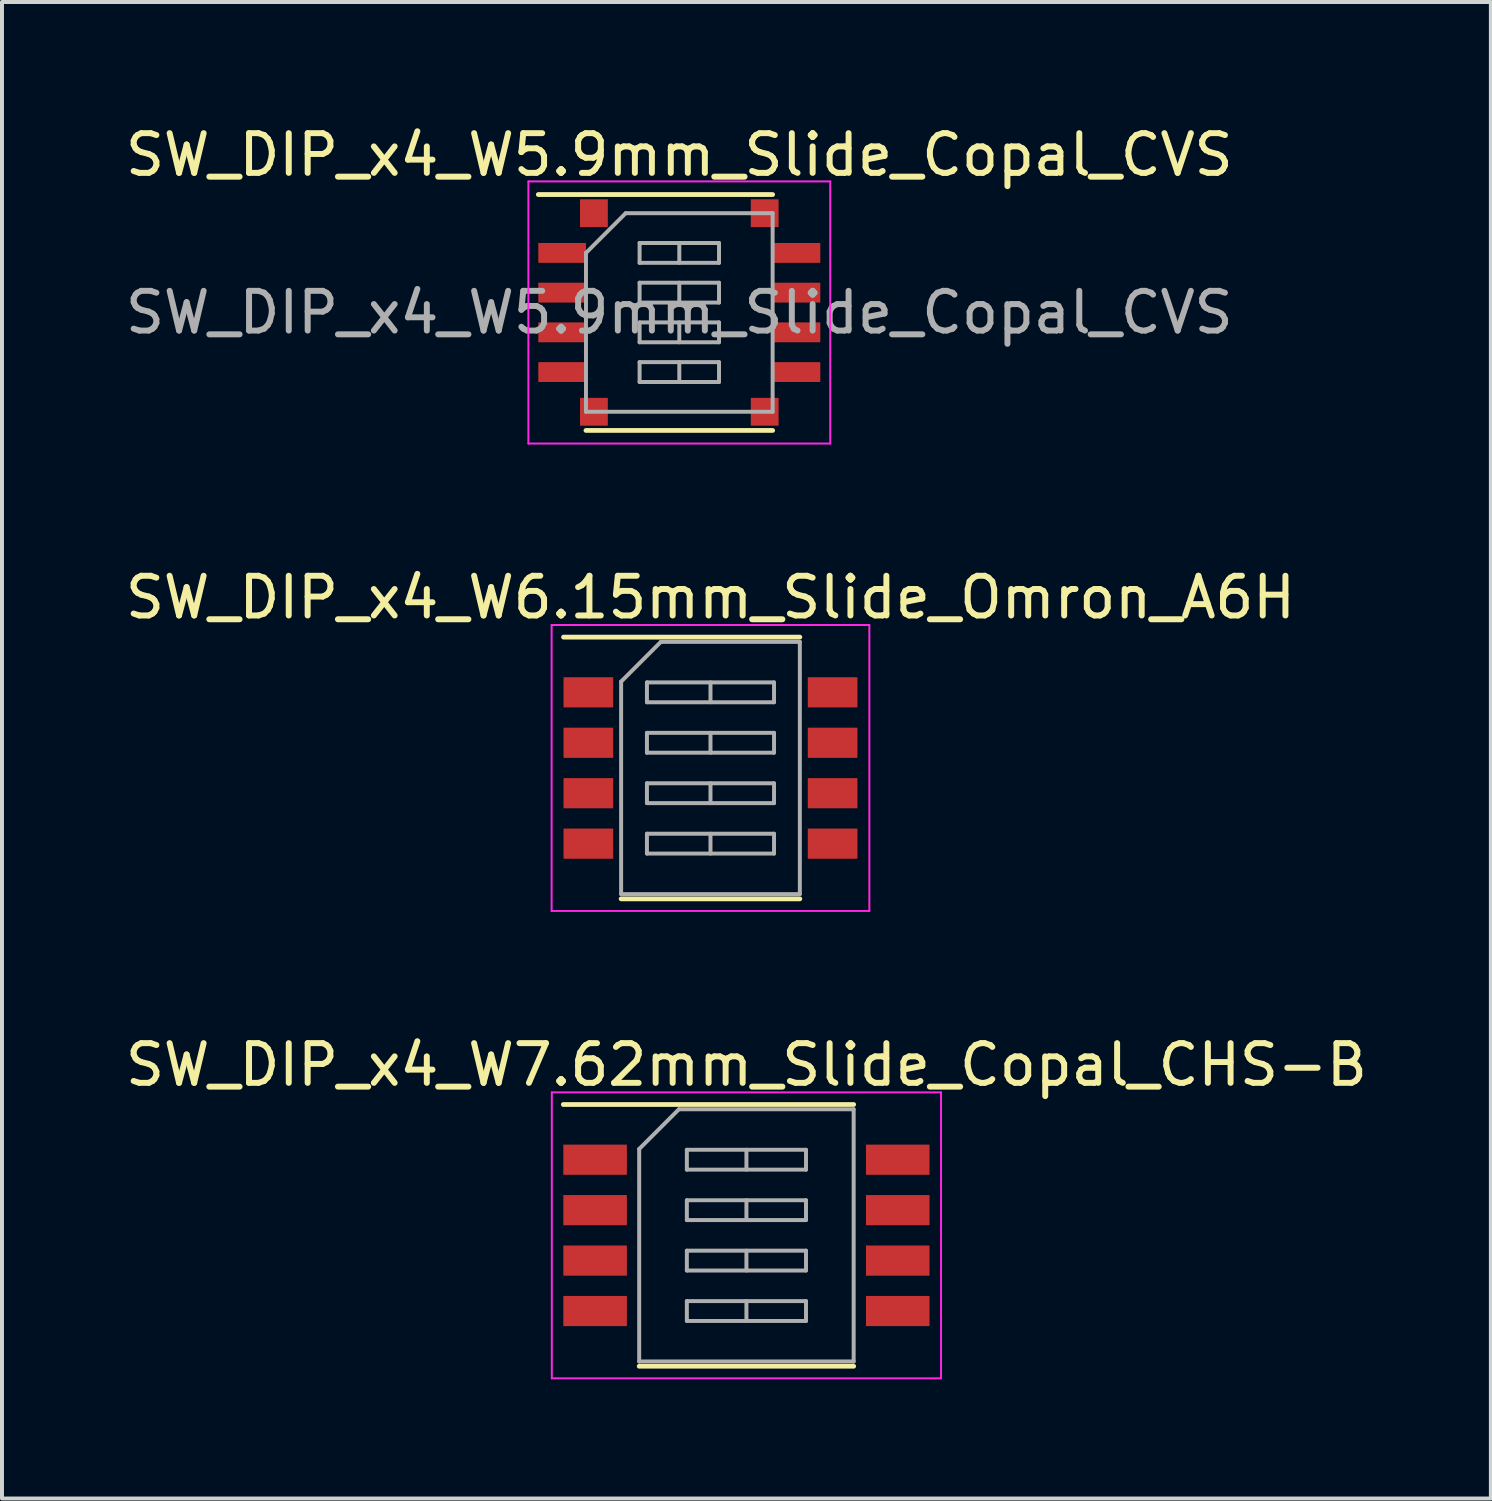
<source format=kicad_pcb>
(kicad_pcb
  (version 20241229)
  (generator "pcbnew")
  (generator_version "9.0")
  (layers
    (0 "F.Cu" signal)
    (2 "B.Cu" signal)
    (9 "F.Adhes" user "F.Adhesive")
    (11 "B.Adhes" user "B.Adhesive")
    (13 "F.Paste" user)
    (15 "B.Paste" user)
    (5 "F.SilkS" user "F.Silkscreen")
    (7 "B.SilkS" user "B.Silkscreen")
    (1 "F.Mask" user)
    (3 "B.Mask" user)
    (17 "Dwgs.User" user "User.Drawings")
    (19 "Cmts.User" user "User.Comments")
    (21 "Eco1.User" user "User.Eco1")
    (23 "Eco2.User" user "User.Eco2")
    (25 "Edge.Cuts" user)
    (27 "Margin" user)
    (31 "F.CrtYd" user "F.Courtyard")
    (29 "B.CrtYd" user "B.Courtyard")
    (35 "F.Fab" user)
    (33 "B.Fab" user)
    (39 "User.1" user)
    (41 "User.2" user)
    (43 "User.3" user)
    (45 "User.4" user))
  (footprint "SW_DIP_x4_W7.62mm_Slide_Copal_CHS-B"
    (layer "F.Cu")
    (at 15.744 28.055)
    (property "Reference" "SW_DIP_x4_W7.62mm_Slide_Copal_CHS-B" (at 0 -4.295 0) (layer "F.SilkS") (effects (font (size 1 1) (thickness 0.15))))
    (attr smd)
    (fp_line (start -4.61 -3.295) (end 2.7 -3.295) (stroke (width 0.12) (type solid)) (layer "F.SilkS"))
    (fp_line (start -2.7 3.295) (end 2.7 3.295) (stroke (width 0.12) (type solid)) (layer "F.SilkS"))
    (fp_line (start -4.9 -3.6) (end -4.9 3.6) (stroke (width 0.05) (type solid)) (layer "F.CrtYd"))
    (fp_line (start -4.9 3.6) (end 4.9 3.6) (stroke (width 0.05) (type solid)) (layer "F.CrtYd"))
    (fp_line (start 4.9 -3.6) (end -4.9 -3.6) (stroke (width 0.05) (type solid)) (layer "F.CrtYd"))
    (fp_line (start 4.9 3.6) (end 4.9 -3.6) (stroke (width 0.05) (type solid)) (layer "F.CrtYd"))
    (fp_line (start -2.7 -2.175) (end -1.7 -3.175) (stroke (width 0.1) (type solid)) (layer "F.Fab"))
    (fp_line (start -2.7 3.175) (end -2.7 -2.175) (stroke (width 0.1) (type solid)) (layer "F.Fab"))
    (fp_line (start -1.7 -3.175) (end 2.7 -3.175) (stroke (width 0.1) (type solid)) (layer "F.Fab"))
    (fp_line (start -1.5 -2.155) (end -1.5 -1.655) (stroke (width 0.1) (type solid)) (layer "F.Fab"))
    (fp_line (start -1.5 -1.655) (end 1.5 -1.655) (stroke (width 0.1) (type solid)) (layer "F.Fab"))
    (fp_line (start -1.5 -0.885) (end -1.5 -0.385) (stroke (width 0.1) (type solid)) (layer "F.Fab"))
    (fp_line (start -1.5 -0.385) (end 1.5 -0.385) (stroke (width 0.1) (type solid)) (layer "F.Fab"))
    (fp_line (start -1.5 0.385) (end -1.5 0.885) (stroke (width 0.1) (type solid)) (layer "F.Fab"))
    (fp_line (start -1.5 0.885) (end 1.5 0.885) (stroke (width 0.1) (type solid)) (layer "F.Fab"))
    (fp_line (start -1.5 1.655) (end -1.5 2.155) (stroke (width 0.1) (type solid)) (layer "F.Fab"))
    (fp_line (start -1.5 2.155) (end 1.5 2.155) (stroke (width 0.1) (type solid)) (layer "F.Fab"))
    (fp_line (start 0 -2.155) (end 0 -1.655) (stroke (width 0.1) (type solid)) (layer "F.Fab"))
    (fp_line (start 0 -0.885) (end 0 -0.385) (stroke (width 0.1) (type solid)) (layer "F.Fab"))
    (fp_line (start 0 0.385) (end 0 0.885) (stroke (width 0.1) (type solid)) (layer "F.Fab"))
    (fp_line (start 0 1.655) (end 0 2.155) (stroke (width 0.1) (type solid)) (layer "F.Fab"))
    (fp_line (start 1.5 -2.155) (end -1.5 -2.155) (stroke (width 0.1) (type solid)) (layer "F.Fab"))
    (fp_line (start 1.5 -1.655) (end 1.5 -2.155) (stroke (width 0.1) (type solid)) (layer "F.Fab"))
    (fp_line (start 1.5 -0.885) (end -1.5 -0.885) (stroke (width 0.1) (type solid)) (layer "F.Fab"))
    (fp_line (start 1.5 -0.385) (end 1.5 -0.885) (stroke (width 0.1) (type solid)) (layer "F.Fab"))
    (fp_line (start 1.5 0.385) (end -1.5 0.385) (stroke (width 0.1) (type solid)) (layer "F.Fab"))
    (fp_line (start 1.5 0.885) (end 1.5 0.385) (stroke (width 0.1) (type solid)) (layer "F.Fab"))
    (fp_line (start 1.5 1.655) (end -1.5 1.655) (stroke (width 0.1) (type solid)) (layer "F.Fab"))
    (fp_line (start 1.5 2.155) (end 1.5 1.655) (stroke (width 0.1) (type solid)) (layer "F.Fab"))
    (fp_line (start 2.7 -3.175) (end 2.7 3.175) (stroke (width 0.1) (type solid)) (layer "F.Fab"))
    (fp_line (start 2.7 3.175) (end -2.7 3.175) (stroke (width 0.1) (type solid)) (layer "F.Fab"))
    (pad "1" smd rect (at -3.81 -1.905) (size 1.6 0.76) (layers "F.Cu" "F.Mask" "F.Paste"))
    (pad "2" smd rect (at -3.81 -0.635) (size 1.6 0.76) (layers "F.Cu" "F.Mask" "F.Paste"))
    (pad "3" smd rect (at -3.81 0.635) (size 1.6 0.76) (layers "F.Cu" "F.Mask" "F.Paste"))
    (pad "4" smd rect (at -3.81 1.905) (size 1.6 0.76) (layers "F.Cu" "F.Mask" "F.Paste"))
    (pad "5" smd rect (at 3.81 1.905) (size 1.6 0.76) (layers "F.Cu" "F.Mask" "F.Paste"))
    (pad "6" smd rect (at 3.81 0.635) (size 1.6 0.76) (layers "F.Cu" "F.Mask" "F.Paste"))
    (pad "7" smd rect (at 3.81 -0.635) (size 1.6 0.76) (layers "F.Cu" "F.Mask" "F.Paste"))
    (pad "8" smd rect (at 3.81 -1.905) (size 1.6 0.76) (layers "F.Cu" "F.Mask" "F.Paste")))
  (footprint "SW_DIP_x4_W5.9mm_Slide_Copal_CVS"
    (layer "F.Cu")
    (at 14.054 4.818)
    (property "Reference" "SW_DIP_x4_W5.9mm_Slide_Copal_CVS" (at 0 -3.97 0) (layer "F.SilkS") (effects (font (size 1 1) (thickness 0.15))))
    (attr smd)
    (fp_line (start -3.55 -2.97) (end 2.35 -2.97) (stroke (width 0.12) (type solid)) (layer "F.SilkS"))
    (fp_line (start -2.35 2.97) (end 2.35 2.97) (stroke (width 0.12) (type solid)) (layer "F.SilkS"))
    (fp_line (start -3.8 -3.3) (end -3.8 3.3) (stroke (width 0.05) (type solid)) (layer "F.CrtYd"))
    (fp_line (start -3.8 3.3) (end 3.8 3.3) (stroke (width 0.05) (type solid)) (layer "F.CrtYd"))
    (fp_line (start 3.8 -3.3) (end -3.8 -3.3) (stroke (width 0.05) (type solid)) (layer "F.CrtYd"))
    (fp_line (start 3.8 3.3) (end 3.8 -3.3) (stroke (width 0.05) (type solid)) (layer "F.CrtYd"))
    (fp_line (start -2.35 -1.5) (end -1.35 -2.5) (stroke (width 0.1) (type solid)) (layer "F.Fab"))
    (fp_line (start -2.35 2.5) (end -2.35 -1.5) (stroke (width 0.1) (type solid)) (layer "F.Fab"))
    (fp_line (start -1.35 -2.5) (end 2.35 -2.5) (stroke (width 0.1) (type solid)) (layer "F.Fab"))
    (fp_line (start -1 -1.75) (end -1 -1.25) (stroke (width 0.1) (type solid)) (layer "F.Fab"))
    (fp_line (start -1 -1.25) (end 1 -1.25) (stroke (width 0.1) (type solid)) (layer "F.Fab"))
    (fp_line (start -1 -0.75) (end -1 -0.25) (stroke (width 0.1) (type solid)) (layer "F.Fab"))
    (fp_line (start -1 -0.25) (end 1 -0.25) (stroke (width 0.1) (type solid)) (layer "F.Fab"))
    (fp_line (start -1 0.25) (end -1 0.75) (stroke (width 0.1) (type solid)) (layer "F.Fab"))
    (fp_line (start -1 0.75) (end 1 0.75) (stroke (width 0.1) (type solid)) (layer "F.Fab"))
    (fp_line (start -1 1.25) (end -1 1.75) (stroke (width 0.1) (type solid)) (layer "F.Fab"))
    (fp_line (start -1 1.75) (end 1 1.75) (stroke (width 0.1) (type solid)) (layer "F.Fab"))
    (fp_line (start 0 -1.75) (end 0 -1.25) (stroke (width 0.1) (type solid)) (layer "F.Fab"))
    (fp_line (start 0 -0.75) (end 0 -0.25) (stroke (width 0.1) (type solid)) (layer "F.Fab"))
    (fp_line (start 0 0.25) (end 0 0.75) (stroke (width 0.1) (type solid)) (layer "F.Fab"))
    (fp_line (start 0 1.25) (end 0 1.75) (stroke (width 0.1) (type solid)) (layer "F.Fab"))
    (fp_line (start 1 -1.75) (end -1 -1.75) (stroke (width 0.1) (type solid)) (layer "F.Fab"))
    (fp_line (start 1 -1.25) (end 1 -1.75) (stroke (width 0.1) (type solid)) (layer "F.Fab"))
    (fp_line (start 1 -0.75) (end -1 -0.75) (stroke (width 0.1) (type solid)) (layer "F.Fab"))
    (fp_line (start 1 -0.25) (end 1 -0.75) (stroke (width 0.1) (type solid)) (layer "F.Fab"))
    (fp_line (start 1 0.25) (end -1 0.25) (stroke (width 0.1) (type solid)) (layer "F.Fab"))
    (fp_line (start 1 0.75) (end 1 0.25) (stroke (width 0.1) (type solid)) (layer "F.Fab"))
    (fp_line (start 1 1.25) (end -1 1.25) (stroke (width 0.1) (type solid)) (layer "F.Fab"))
    (fp_line (start 1 1.75) (end 1 1.25) (stroke (width 0.1) (type solid)) (layer "F.Fab"))
    (fp_line (start 2.35 -2.5) (end 2.35 2.5) (stroke (width 0.1) (type solid)) (layer "F.Fab"))
    (fp_line (start 2.35 2.5) (end -2.35 2.5) (stroke (width 0.1) (type solid)) (layer "F.Fab"))
    (fp_text user "${REFERENCE}" (at 0 0 0) (layer "F.Fab") (effects (font (size 1 1) (thickness 0.15))))
    (pad "1" smd rect (at -2.95 -1.5) (size 1.2 0.5) (layers "F.Cu" "F.Mask" "F.Paste"))
    (pad "2" smd rect (at -2.95 -0.5) (size 1.2 0.5) (layers "F.Cu" "F.Mask" "F.Paste"))
    (pad "3" smd rect (at -2.95 0.5) (size 1.2 0.5) (layers "F.Cu" "F.Mask" "F.Paste"))
    (pad "4" smd rect (at -2.95 1.5) (size 1.2 0.5) (layers "F.Cu" "F.Mask" "F.Paste"))
    (pad "5" smd rect (at 2.95 1.5) (size 1.2 0.5) (layers "F.Cu" "F.Mask" "F.Paste"))
    (pad "6" smd rect (at 2.95 0.5) (size 1.2 0.5) (layers "F.Cu" "F.Mask" "F.Paste"))
    (pad "7" smd rect (at 2.95 -0.5) (size 1.2 0.5) (layers "F.Cu" "F.Mask" "F.Paste"))
    (pad "8" smd rect (at 2.95 -1.5) (size 1.2 0.5) (layers "F.Cu" "F.Mask" "F.Paste"))
    (pad "9" smd rect (at -2.15 -2.5) (size 0.7 0.7) (layers "F.Cu" "F.Mask" "F.Paste"))
    (pad "9" smd rect (at -2.15 2.5) (size 0.7 0.7) (layers "F.Cu" "F.Mask" "F.Paste"))
    (pad "9" smd rect (at 2.15 -2.5) (size 0.7 0.7) (layers "F.Cu" "F.Mask" "F.Paste"))
    (pad "9" smd rect (at 2.15 2.5) (size 0.7 0.7) (layers "F.Cu" "F.Mask" "F.Paste")))
  (footprint "SW_DIP_x4_W6.15mm_Slide_Omron_A6H"
    (layer "F.Cu")
    (at 14.839 16.287)
    (property "Reference" "SW_DIP_x4_W6.15mm_Slide_Omron_A6H" (at 0 -4.295 0) (layer "F.SilkS") (effects (font (size 1 1) (thickness 0.15))))
    (attr smd)
    (fp_line (start -3.7 -3.295) (end 2.25 -3.295) (stroke (width 0.12) (type solid)) (layer "F.SilkS"))
    (fp_line (start -2.25 3.295) (end 2.25 3.295) (stroke (width 0.12) (type solid)) (layer "F.SilkS"))
    (fp_line (start -4 -3.6) (end -4 3.6) (stroke (width 0.05) (type solid)) (layer "F.CrtYd"))
    (fp_line (start -4 3.6) (end 4 3.6) (stroke (width 0.05) (type solid)) (layer "F.CrtYd"))
    (fp_line (start 4 -3.6) (end -4 -3.6) (stroke (width 0.05) (type solid)) (layer "F.CrtYd"))
    (fp_line (start 4 3.6) (end 4 -3.6) (stroke (width 0.05) (type solid)) (layer "F.CrtYd"))
    (fp_line (start -2.25 -2.175) (end -1.25 -3.175) (stroke (width 0.1) (type solid)) (layer "F.Fab"))
    (fp_line (start -2.25 3.175) (end -2.25 -2.175) (stroke (width 0.1) (type solid)) (layer "F.Fab"))
    (fp_line (start -1.6 -2.155) (end -1.6 -1.655) (stroke (width 0.1) (type solid)) (layer "F.Fab"))
    (fp_line (start -1.6 -1.655) (end 1.6 -1.655) (stroke (width 0.1) (type solid)) (layer "F.Fab"))
    (fp_line (start -1.6 -0.885) (end -1.6 -0.385) (stroke (width 0.1) (type solid)) (layer "F.Fab"))
    (fp_line (start -1.6 -0.385) (end 1.6 -0.385) (stroke (width 0.1) (type solid)) (layer "F.Fab"))
    (fp_line (start -1.6 0.385) (end -1.6 0.885) (stroke (width 0.1) (type solid)) (layer "F.Fab"))
    (fp_line (start -1.6 0.885) (end 1.6 0.885) (stroke (width 0.1) (type solid)) (layer "F.Fab"))
    (fp_line (start -1.6 1.655) (end -1.6 2.155) (stroke (width 0.1) (type solid)) (layer "F.Fab"))
    (fp_line (start -1.6 2.155) (end 1.6 2.155) (stroke (width 0.1) (type solid)) (layer "F.Fab"))
    (fp_line (start -1.25 -3.175) (end 2.25 -3.175) (stroke (width 0.1) (type solid)) (layer "F.Fab"))
    (fp_line (start 0 -2.155) (end 0 -1.655) (stroke (width 0.1) (type solid)) (layer "F.Fab"))
    (fp_line (start 0 -0.885) (end 0 -0.385) (stroke (width 0.1) (type solid)) (layer "F.Fab"))
    (fp_line (start 0 0.385) (end 0 0.885) (stroke (width 0.1) (type solid)) (layer "F.Fab"))
    (fp_line (start 0 1.655) (end 0 2.155) (stroke (width 0.1) (type solid)) (layer "F.Fab"))
    (fp_line (start 1.6 -2.155) (end -1.6 -2.155) (stroke (width 0.1) (type solid)) (layer "F.Fab"))
    (fp_line (start 1.6 -1.655) (end 1.6 -2.155) (stroke (width 0.1) (type solid)) (layer "F.Fab"))
    (fp_line (start 1.6 -0.885) (end -1.6 -0.885) (stroke (width 0.1) (type solid)) (layer "F.Fab"))
    (fp_line (start 1.6 -0.385) (end 1.6 -0.885) (stroke (width 0.1) (type solid)) (layer "F.Fab"))
    (fp_line (start 1.6 0.385) (end -1.6 0.385) (stroke (width 0.1) (type solid)) (layer "F.Fab"))
    (fp_line (start 1.6 0.885) (end 1.6 0.385) (stroke (width 0.1) (type solid)) (layer "F.Fab"))
    (fp_line (start 1.6 1.655) (end -1.6 1.655) (stroke (width 0.1) (type solid)) (layer "F.Fab"))
    (fp_line (start 1.6 2.155) (end 1.6 1.655) (stroke (width 0.1) (type solid)) (layer "F.Fab"))
    (fp_line (start 2.25 -3.175) (end 2.25 3.175) (stroke (width 0.1) (type solid)) (layer "F.Fab"))
    (fp_line (start 2.25 3.175) (end -2.25 3.175) (stroke (width 0.1) (type solid)) (layer "F.Fab"))
    (pad "1" smd rect (at -3.075 -1.905) (size 1.25 0.76) (layers "F.Cu" "F.Mask" "F.Paste"))
    (pad "2" smd rect (at -3.075 -0.635) (size 1.25 0.76) (layers "F.Cu" "F.Mask" "F.Paste"))
    (pad "3" smd rect (at -3.075 0.635) (size 1.25 0.76) (layers "F.Cu" "F.Mask" "F.Paste"))
    (pad "4" smd rect (at -3.075 1.905) (size 1.25 0.76) (layers "F.Cu" "F.Mask" "F.Paste"))
    (pad "5" smd rect (at 3.075 1.905) (size 1.25 0.76) (layers "F.Cu" "F.Mask" "F.Paste"))
    (pad "6" smd rect (at 3.075 0.635) (size 1.25 0.76) (layers "F.Cu" "F.Mask" "F.Paste"))
    (pad "7" smd rect (at 3.075 -0.635) (size 1.25 0.76) (layers "F.Cu" "F.Mask" "F.Paste"))
    (pad "8" smd rect (at 3.075 -1.905) (size 1.25 0.76) (layers "F.Cu" "F.Mask" "F.Paste")))
  (gr_rect
    (start -3 -3)
    (end 34.488 34.68)
    (stroke (width 0.1) (type default))
    (fill no)
    (layer "Edge.Cuts")))
</source>
